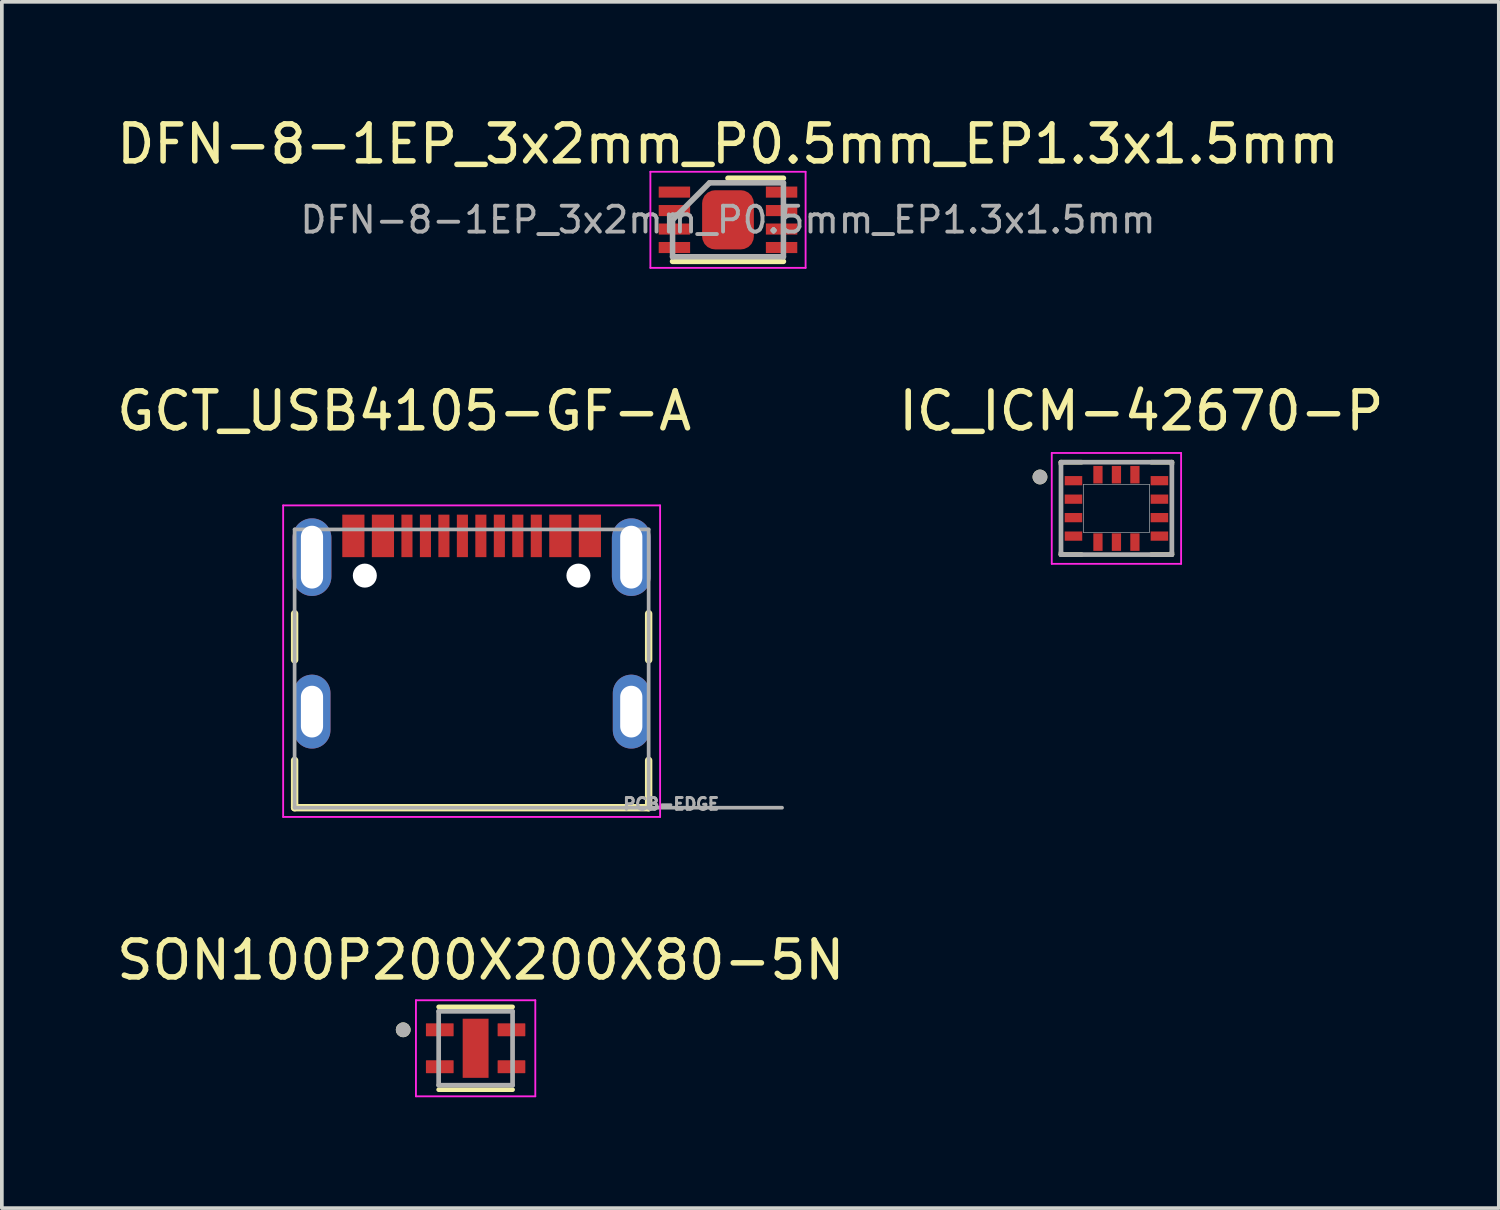
<source format=kicad_pcb>
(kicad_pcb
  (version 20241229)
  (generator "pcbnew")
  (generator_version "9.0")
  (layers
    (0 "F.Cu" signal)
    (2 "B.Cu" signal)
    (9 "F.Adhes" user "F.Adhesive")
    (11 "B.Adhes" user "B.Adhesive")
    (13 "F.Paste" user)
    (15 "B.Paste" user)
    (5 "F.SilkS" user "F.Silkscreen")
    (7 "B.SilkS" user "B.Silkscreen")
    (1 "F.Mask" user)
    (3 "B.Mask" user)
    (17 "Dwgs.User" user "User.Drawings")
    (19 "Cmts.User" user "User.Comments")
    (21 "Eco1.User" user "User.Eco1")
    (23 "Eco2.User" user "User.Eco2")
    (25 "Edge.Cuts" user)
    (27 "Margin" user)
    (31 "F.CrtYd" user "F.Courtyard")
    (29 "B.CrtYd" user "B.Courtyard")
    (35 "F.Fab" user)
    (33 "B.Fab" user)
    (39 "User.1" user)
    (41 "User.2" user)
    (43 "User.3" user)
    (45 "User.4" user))
  (footprint "SON100P200X200X80-5N"
    (layer "F.Cu")
    (at 9.82 25.316)
    (property "Reference" "SON100P200X200X80-5N" (at 0.138 -2.386 0) (layer "F.SilkS") (effects (font (size 1 1) (thickness 0.15))))
    (attr through_hole)
    (fp_line (start -1 -1.12) (end 1 -1.12) (stroke (width 0.127) (type solid)) (layer "F.SilkS"))
    (fp_line (start -1 1.12) (end 1 1.12) (stroke (width 0.127) (type solid)) (layer "F.SilkS"))
    (fp_circle (center -1.96 -0.5) (end -1.86 -0.5) (stroke (width 0.2) (type solid)) (fill no) (layer "F.SilkS"))
    (fp_line (start -1.615 -1.3) (end -1.615 1.3) (stroke (width 0.05) (type solid)) (layer "F.CrtYd"))
    (fp_line (start -1.615 -1.3) (end 1.615 -1.3) (stroke (width 0.05) (type solid)) (layer "F.CrtYd"))
    (fp_line (start -1.615 1.3) (end 1.615 1.3) (stroke (width 0.05) (type solid)) (layer "F.CrtYd"))
    (fp_line (start 1.615 -1.3) (end 1.615 1.3) (stroke (width 0.05) (type solid)) (layer "F.CrtYd"))
    (fp_line (start -1 -1) (end -1 1) (stroke (width 0.127) (type solid)) (layer "F.Fab"))
    (fp_line (start -1 -1) (end 1 -1) (stroke (width 0.127) (type solid)) (layer "F.Fab"))
    (fp_line (start -1 1) (end 1 1) (stroke (width 0.127) (type solid)) (layer "F.Fab"))
    (fp_line (start 1 -1) (end 1 1) (stroke (width 0.127) (type solid)) (layer "F.Fab"))
    (fp_circle (center -1.96 -0.5) (end -1.86 -0.5) (stroke (width 0.2) (type solid)) (fill no) (layer "F.Fab"))
    (pad "1" smd roundrect (at -0.97 -0.5) (size 0.75 0.35) (layers "F.Cu" "F.Mask" "F.Paste") (roundrect_rratio 0.04))
    (pad "2" smd roundrect (at -0.97 0.5) (size 0.75 0.35) (layers "F.Cu" "F.Mask" "F.Paste") (roundrect_rratio 0.04))
    (pad "3" smd roundrect (at 0.97 0.5) (size 0.75 0.35) (layers "F.Cu" "F.Mask" "F.Paste") (roundrect_rratio 0.04))
    (pad "4" smd roundrect (at 0.97 -0.5) (size 0.75 0.35) (layers "F.Cu" "F.Mask" "F.Paste") (roundrect_rratio 0.04))
    (pad "5" smd rect (at 0 0) (size 0.7 1.6) (layers "F.Cu" "F.Mask" "F.Paste")))
  (footprint "GCT_USB4105-GF-A"
    (layer "F.Cu")
    (at 9.712 16.206)
    (property "Reference" "GCT_USB4105-GF-A" (at -1.825 -8.135 0) (layer "F.SilkS") (effects (font (size 1 1) (thickness 0.15))))
    (attr through_hole)
    (fp_line (start -4.79 -2.65) (end -4.79 -1.4) (stroke (width 0.2) (type solid)) (layer "F.SilkS"))
    (fp_line (start -4.79 1.32) (end -4.79 2.6) (stroke (width 0.2) (type solid)) (layer "F.SilkS"))
    (fp_line (start -4.79 2.6) (end 4.79 2.6) (stroke (width 0.2) (type solid)) (layer "F.SilkS"))
    (fp_line (start 4.79 -2.65) (end 4.79 -1.4) (stroke (width 0.2) (type solid)) (layer "F.SilkS"))
    (fp_line (start 4.79 2.6) (end 4.79 1.32) (stroke (width 0.2) (type solid)) (layer "F.SilkS"))
    (fp_line (start -5.1 -5.58) (end -5.1 2.85) (stroke (width 0.05) (type solid)) (layer "F.CrtYd"))
    (fp_line (start -5.1 2.85) (end 5.1 2.85) (stroke (width 0.05) (type solid)) (layer "F.CrtYd"))
    (fp_line (start 5.1 -5.58) (end -5.1 -5.58) (stroke (width 0.05) (type solid)) (layer "F.CrtYd"))
    (fp_line (start 5.1 2.85) (end 5.1 -5.58) (stroke (width 0.05) (type solid)) (layer "F.CrtYd"))
    (fp_line (start -4.79 -4.93) (end 4.79 -4.93) (stroke (width 0.1) (type solid)) (layer "F.Fab"))
    (fp_line (start -4.79 2.6) (end -4.79 -4.93) (stroke (width 0.1) (type solid)) (layer "F.Fab"))
    (fp_line (start 4.79 -4.93) (end 4.79 2.6) (stroke (width 0.1) (type solid)) (layer "F.Fab"))
    (fp_line (start 4.79 2.6) (end -4.79 2.6) (stroke (width 0.1) (type solid)) (layer "F.Fab"))
    (fp_line (start 4.8 2.6) (end 8.4 2.6) (stroke (width 0.1) (type solid)) (layer "F.Fab"))
    (fp_text user "PCB-EDGE" (at 5.4 2.5 0) (layer "F.Fab") (effects (font (size 0.32 0.32) (thickness 0.15))))
    (pad "" np_thru_hole circle (at -2.89 -3.68) (size 0.65 0.65) (drill 0.65) (layers "*.Cu" "*.Mask"))
    (pad "" np_thru_hole circle (at 2.89 -3.68) (size 0.65 0.65) (drill 0.65) (layers "*.Cu" "*.Mask"))
    (pad "A1_B12" smd rect (at -3.2 -4.755) (size 0.6 1.15) (layers "F.Cu" "F.Mask" "F.Paste"))
    (pad "A4_B9" smd rect (at -2.4 -4.755) (size 0.6 1.15) (layers "F.Cu" "F.Mask" "F.Paste"))
    (pad "A5" smd rect (at -1.25 -4.755) (size 0.3 1.15) (layers "F.Cu" "F.Mask" "F.Paste"))
    (pad "A6" smd rect (at -0.25 -4.755) (size 0.3 1.15) (layers "F.Cu" "F.Mask" "F.Paste"))
    (pad "A7" smd rect (at 0.25 -4.755) (size 0.3 1.15) (layers "F.Cu" "F.Mask" "F.Paste"))
    (pad "A8" smd rect (at 1.25 -4.755) (size 0.3 1.15) (layers "F.Cu" "F.Mask" "F.Paste"))
    (pad "B1_A12" smd rect (at 3.2 -4.755) (size 0.6 1.15) (layers "F.Cu" "F.Mask" "F.Paste"))
    (pad "B4_A9" smd rect (at 2.4 -4.755) (size 0.6 1.15) (layers "F.Cu" "F.Mask" "F.Paste"))
    (pad "B5" smd rect (at 1.75 -4.755) (size 0.3 1.15) (layers "F.Cu" "F.Mask" "F.Paste"))
    (pad "B6" smd rect (at 0.75 -4.755) (size 0.3 1.15) (layers "F.Cu" "F.Mask" "F.Paste"))
    (pad "B7" smd rect (at -0.75 -4.755) (size 0.3 1.15) (layers "F.Cu" "F.Mask" "F.Paste"))
    (pad "B8" smd rect (at -1.75 -4.755) (size 0.3 1.15) (layers "F.Cu" "F.Mask" "F.Paste"))
    (pad "S1" thru_hole oval (at -4.32 -4.18) (size 1.05 2.1) (drill oval 0.6 1.7) (layers "*.Cu" "*.Mask"))
    (pad "S2" thru_hole oval (at -4.32 0) (size 1 2) (drill oval 0.6 1.4) (layers "*.Cu" "*.Mask"))
    (pad "S3" thru_hole oval (at 4.32 0) (size 1 2) (drill oval 0.6 1.4) (layers "*.Cu" "*.Mask"))
    (pad "S4" thru_hole oval (at 4.32 -4.18) (size 1.05 2.1) (drill oval 0.6 1.7) (layers "*.Cu" "*.Mask")))
  (footprint "IC_ICM-42670-P"
    (layer "F.Cu")
    (at 27.16 10.707)
    (property "Reference" "IC_ICM-42670-P" (at 0.675 -2.635 0) (layer "F.SilkS") (effects (font (size 1 1) (thickness 0.15))))
    (attr through_hole)
    (fp_poly (pts (xy -1.45 -0.925) (xy -0.875 -0.925) (xy -0.875 -0.575) (xy -1.45 -0.575)) (stroke (width 0.01) (type solid)) (fill yes) (layer "F.Mask"))
    (fp_poly (pts (xy -1.45 -0.425) (xy -0.875 -0.425) (xy -0.875 -0.075) (xy -1.45 -0.075)) (stroke (width 0.01) (type solid)) (fill yes) (layer "F.Mask"))
    (fp_poly (pts (xy -1.45 0.075) (xy -0.875 0.075) (xy -0.875 0.425) (xy -1.45 0.425)) (stroke (width 0.01) (type solid)) (fill yes) (layer "F.Mask"))
    (fp_poly (pts (xy -1.45 0.575) (xy -0.875 0.575) (xy -0.875 0.925) (xy -1.45 0.925)) (stroke (width 0.01) (type solid)) (fill yes) (layer "F.Mask"))
    (fp_poly (pts (xy -0.675 -1.2) (xy -0.325 -1.2) (xy -0.325 -0.625) (xy -0.675 -0.625)) (stroke (width 0.01) (type solid)) (fill yes) (layer "F.Mask"))
    (fp_poly (pts (xy -0.675 0.625) (xy -0.325 0.625) (xy -0.325 1.2) (xy -0.675 1.2)) (stroke (width 0.01) (type solid)) (fill yes) (layer "F.Mask"))
    (fp_poly (pts (xy -0.175 -1.2) (xy 0.175 -1.2) (xy 0.175 -0.625) (xy -0.175 -0.625)) (stroke (width 0.01) (type solid)) (fill yes) (layer "F.Mask"))
    (fp_poly (pts (xy -0.175 0.625) (xy 0.175 0.625) (xy 0.175 1.2) (xy -0.175 1.2)) (stroke (width 0.01) (type solid)) (fill yes) (layer "F.Mask"))
    (fp_poly (pts (xy 0.325 -1.2) (xy 0.675 -1.2) (xy 0.675 -0.625) (xy 0.325 -0.625)) (stroke (width 0.01) (type solid)) (fill yes) (layer "F.Mask"))
    (fp_poly (pts (xy 0.325 0.625) (xy 0.675 0.625) (xy 0.675 1.2) (xy 0.325 1.2)) (stroke (width 0.01) (type solid)) (fill yes) (layer "F.Mask"))
    (fp_poly (pts (xy 0.875 -0.925) (xy 1.45 -0.925) (xy 1.45 -0.575) (xy 0.875 -0.575)) (stroke (width 0.01) (type solid)) (fill yes) (layer "F.Mask"))
    (fp_poly (pts (xy 0.875 -0.425) (xy 1.45 -0.425) (xy 1.45 -0.075) (xy 0.875 -0.075)) (stroke (width 0.01) (type solid)) (fill yes) (layer "F.Mask"))
    (fp_poly (pts (xy 0.875 0.075) (xy 1.45 0.075) (xy 1.45 0.425) (xy 0.875 0.425)) (stroke (width 0.01) (type solid)) (fill yes) (layer "F.Mask"))
    (fp_poly (pts (xy 0.875 0.575) (xy 1.45 0.575) (xy 1.45 0.925) (xy 0.875 0.925)) (stroke (width 0.01) (type solid)) (fill yes) (layer "F.Mask"))
    (fp_line (start -1.5 -1.25) (end -1.5 -1.195) (stroke (width 0.127) (type solid)) (layer "F.SilkS"))
    (fp_line (start -1.5 -1.25) (end -0.945 -1.25) (stroke (width 0.127) (type solid)) (layer "F.SilkS"))
    (fp_line (start -1.5 1.25) (end -1.5 1.195) (stroke (width 0.127) (type solid)) (layer "F.SilkS"))
    (fp_line (start -0.945 1.25) (end -1.5 1.25) (stroke (width 0.127) (type solid)) (layer "F.SilkS"))
    (fp_line (start 0.945 -1.25) (end 1.5 -1.25) (stroke (width 0.127) (type solid)) (layer "F.SilkS"))
    (fp_line (start 1.5 -1.25) (end 1.5 -1.195) (stroke (width 0.127) (type solid)) (layer "F.SilkS"))
    (fp_line (start 1.5 1.25) (end 0.945 1.25) (stroke (width 0.127) (type solid)) (layer "F.SilkS"))
    (fp_line (start 1.5 1.25) (end 1.5 1.195) (stroke (width 0.127) (type solid)) (layer "F.SilkS"))
    (fp_circle (center -2.069 -0.85) (end -1.969 -0.85) (stroke (width 0.2) (type solid)) (fill no) (layer "F.SilkS"))
    (fp_poly (pts (xy -0.9 -0.65) (xy 0.9 -0.65) (xy 0.9 0.65) (xy -0.9 0.65)) (stroke (width 0.01) (type solid)) (fill no) (layer "Dwgs.User"))
    (fp_poly (pts (xy -0.9 -0.65) (xy 0.9 -0.65) (xy 0.9 0.65) (xy -0.9 0.65)) (stroke (width 0.01) (type solid)) (fill no) (layer "Dwgs.User"))
    (fp_line (start -1.75 -1.5) (end -1.75 1.5) (stroke (width 0.05) (type solid)) (layer "F.CrtYd"))
    (fp_line (start -1.75 1.5) (end 1.75 1.5) (stroke (width 0.05) (type solid)) (layer "F.CrtYd"))
    (fp_line (start 1.75 -1.5) (end -1.75 -1.5) (stroke (width 0.05) (type solid)) (layer "F.CrtYd"))
    (fp_line (start 1.75 1.5) (end 1.75 -1.5) (stroke (width 0.05) (type solid)) (layer "F.CrtYd"))
    (fp_line (start -1.5 -1.25) (end 1.5 -1.25) (stroke (width 0.127) (type solid)) (layer "F.Fab"))
    (fp_line (start -1.5 1.25) (end -1.5 -1.25) (stroke (width 0.127) (type solid)) (layer "F.Fab"))
    (fp_line (start 1.5 -1.25) (end 1.5 1.25) (stroke (width 0.127) (type solid)) (layer "F.Fab"))
    (fp_line (start 1.5 1.25) (end -1.5 1.25) (stroke (width 0.127) (type solid)) (layer "F.Fab"))
    (fp_circle (center -2.069 -0.85) (end -1.969 -0.85) (stroke (width 0.2) (type solid)) (fill no) (layer "F.Fab"))
    (pad "1" smd rect (at -1.163 -0.75) (size 0.475 0.25) (layers "F.Cu" "F.Paste"))
    (pad "2" smd rect (at -1.163 -0.25) (size 0.475 0.25) (layers "F.Cu" "F.Paste"))
    (pad "3" smd rect (at -1.163 0.25) (size 0.475 0.25) (layers "F.Cu" "F.Paste"))
    (pad "4" smd rect (at -1.163 0.75) (size 0.475 0.25) (layers "F.Cu" "F.Paste"))
    (pad "5" smd rect (at -0.5 0.912) (size 0.25 0.475) (layers "F.Cu" "F.Paste"))
    (pad "6" smd rect (at 0 0.912) (size 0.25 0.475) (layers "F.Cu" "F.Paste"))
    (pad "7" smd rect (at 0.5 0.912) (size 0.25 0.475) (layers "F.Cu" "F.Paste"))
    (pad "8" smd rect (at 1.163 0.75) (size 0.475 0.25) (layers "F.Cu" "F.Paste"))
    (pad "9" smd rect (at 1.163 0.25) (size 0.475 0.25) (layers "F.Cu" "F.Paste"))
    (pad "10" smd rect (at 1.163 -0.25) (size 0.475 0.25) (layers "F.Cu" "F.Paste"))
    (pad "11" smd rect (at 1.163 -0.75) (size 0.475 0.25) (layers "F.Cu" "F.Paste"))
    (pad "12" smd rect (at 0.5 -0.912) (size 0.25 0.475) (layers "F.Cu" "F.Paste"))
    (pad "13" smd rect (at 0 -0.912) (size 0.25 0.475) (layers "F.Cu" "F.Paste"))
    (pad "14" smd rect (at -0.5 -0.912) (size 0.25 0.475) (layers "F.Cu" "F.Paste")))
  (footprint "DFN-8-1EP_3x2mm_P0.5mm_EP1.3x1.5mm"
    (layer "F.Cu")
    (at 16.649 2.898)
    (property "Reference" "DFN-8-1EP_3x2mm_P0.5mm_EP1.3x1.5mm" (at 0 -2.05 0) (layer "F.SilkS") (effects (font (size 1 1) (thickness 0.15))))
    (attr smd)
    (fp_line (start -1.5 1.125) (end 1.5 1.125) (stroke (width 0.15) (type solid)) (layer "F.SilkS"))
    (fp_line (start 0 -1.125) (end 1.5 -1.125) (stroke (width 0.15) (type solid)) (layer "F.SilkS"))
    (fp_line (start -2.1 -1.3) (end -2.1 1.3) (stroke (width 0.05) (type solid)) (layer "F.CrtYd"))
    (fp_line (start -2.1 -1.3) (end 2.1 -1.3) (stroke (width 0.05) (type solid)) (layer "F.CrtYd"))
    (fp_line (start -2.1 1.3) (end 2.1 1.3) (stroke (width 0.05) (type solid)) (layer "F.CrtYd"))
    (fp_line (start 2.1 -1.3) (end 2.1 1.3) (stroke (width 0.05) (type solid)) (layer "F.CrtYd"))
    (fp_line (start -1.5 0) (end -0.5 -1) (stroke (width 0.15) (type solid)) (layer "F.Fab"))
    (fp_line (start -1.5 1) (end -1.5 0) (stroke (width 0.15) (type solid)) (layer "F.Fab"))
    (fp_line (start -0.5 -1) (end 1.5 -1) (stroke (width 0.15) (type solid)) (layer "F.Fab"))
    (fp_line (start 1.5 -1) (end 1.5 1) (stroke (width 0.15) (type solid)) (layer "F.Fab"))
    (fp_line (start 1.5 1) (end -1.5 1) (stroke (width 0.15) (type solid)) (layer "F.Fab"))
    (fp_text user "${REFERENCE}" (at 0 0 0) (layer "F.Fab") (effects (font (size 0.7 0.7) (thickness 0.105))))
    (pad "" smd rect (at -0.325 -0.375) (size 0.5 0.6) (layers "F.Paste"))
    (pad "" smd rect (at -0.325 0.375) (size 0.5 0.6) (layers "F.Paste"))
    (pad "" smd rect (at 0.325 -0.375) (size 0.5 0.6) (layers "F.Paste"))
    (pad "" smd rect (at 0.325 0.375) (size 0.5 0.6) (layers "F.Paste"))
    (pad "1" smd rect (at -1.45 -0.75) (size 0.85 0.3) (layers "F.Cu" "F.Mask" "F.Paste"))
    (pad "2" smd rect (at -1.45 -0.25) (size 0.85 0.3) (layers "F.Cu" "F.Mask" "F.Paste"))
    (pad "3" smd rect (at -1.45 0.25) (size 0.85 0.3) (layers "F.Cu" "F.Mask" "F.Paste"))
    (pad "4" smd rect (at -1.45 0.75) (size 0.85 0.3) (layers "F.Cu" "F.Mask" "F.Paste"))
    (pad "5" smd rect (at 1.45 0.75) (size 0.85 0.3) (layers "F.Cu" "F.Mask" "F.Paste"))
    (pad "6" smd rect (at 1.45 0.25) (size 0.85 0.3) (layers "F.Cu" "F.Mask" "F.Paste"))
    (pad "7" smd rect (at 1.45 -0.25) (size 0.85 0.3) (layers "F.Cu" "F.Mask" "F.Paste"))
    (pad "8" smd rect (at 1.45 -0.75) (size 0.85 0.3) (layers "F.Cu" "F.Mask" "F.Paste"))
    (pad "9" smd roundrect (at 0 0) (size 1.4 1.6) (layers "F.Cu" "F.Mask") (roundrect_rratio 0.25)))
  (gr_rect
    (start -3 -3)
    (end 37.507 29.641)
    (stroke (width 0.1) (type default))
    (fill no)
    (layer "Edge.Cuts")))
</source>
